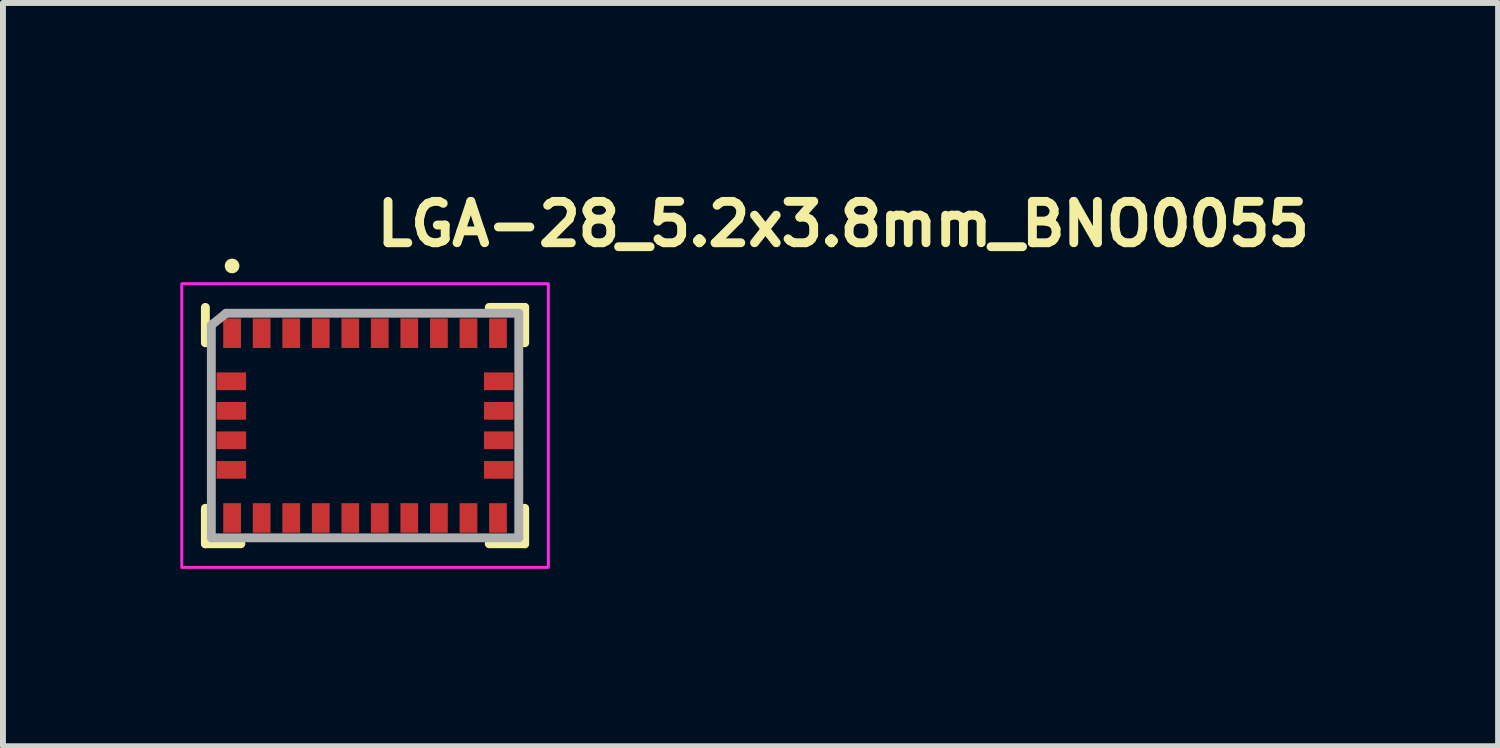
<source format=kicad_pcb>
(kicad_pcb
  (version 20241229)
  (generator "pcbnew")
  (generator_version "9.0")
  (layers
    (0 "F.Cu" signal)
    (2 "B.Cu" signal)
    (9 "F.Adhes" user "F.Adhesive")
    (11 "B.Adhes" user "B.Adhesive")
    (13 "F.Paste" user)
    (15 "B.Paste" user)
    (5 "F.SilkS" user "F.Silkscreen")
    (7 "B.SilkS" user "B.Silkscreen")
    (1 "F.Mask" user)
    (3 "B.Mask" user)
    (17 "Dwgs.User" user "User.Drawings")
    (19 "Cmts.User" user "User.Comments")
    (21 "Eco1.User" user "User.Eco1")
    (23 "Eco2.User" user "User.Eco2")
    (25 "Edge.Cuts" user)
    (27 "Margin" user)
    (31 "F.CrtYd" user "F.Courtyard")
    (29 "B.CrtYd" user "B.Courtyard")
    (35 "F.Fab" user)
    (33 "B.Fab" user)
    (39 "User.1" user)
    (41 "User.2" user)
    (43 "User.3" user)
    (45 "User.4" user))
  (footprint "LGA-28_5.2x3.8mm_BNO0055"
    (layer "F.Cu")
    (at 3.126 4.15)
    (property "Reference" "LGA-28_5.2x3.8mm_BNO0055" (at 0.123 -3 0) (layer "F.SilkS") (effects (font (size 0.7 0.7) (thickness 0.15)) (justify left bottom)))
    (attr smd)
    (fp_line (start -2.702 -2) (end -2.702 -1.401) (stroke (width 0.15) (type solid)) (layer "F.SilkS"))
    (fp_line (start -2.702 1.398) (end -2.702 1.999) (stroke (width 0.15) (type solid)) (layer "F.SilkS"))
    (fp_line (start -2.702 1.999) (end -2.101 1.999) (stroke (width 0.15) (type solid)) (layer "F.SilkS"))
    (fp_line (start 2.1 1.999) (end 2.7 1.999) (stroke (width 0.15) (type solid)) (layer "F.SilkS"))
    (fp_line (start 2.7 -2) (end 2.1 -2) (stroke (width 0.15) (type solid)) (layer "F.SilkS"))
    (fp_line (start 2.7 -1.401) (end 2.7 -2) (stroke (width 0.15) (type solid)) (layer "F.SilkS"))
    (fp_line (start 2.7 1.999) (end 2.7 1.398) (stroke (width 0.15) (type solid)) (layer "F.SilkS"))
    (fp_circle (center -2.25 -2.701) (end -2.201 -2.701) (stroke (width 0.15) (type solid)) (fill yes) (layer "F.SilkS"))
    (fp_rect (start -3.101 -2.401) (end 3.1 2.398) (stroke (width 0.05) (type solid)) (fill no) (layer "F.CrtYd"))
    (fp_line (start -2.601 -1.7) (end -2.601 1.898) (stroke (width 0.15) (type solid)) (layer "F.Fab"))
    (fp_line (start -2.601 -1.7) (end -2.35 -1.901) (stroke (width 0.15) (type solid)) (layer "F.Fab"))
    (fp_line (start -2.601 1.898) (end 2.6 1.898) (stroke (width 0.15) (type solid)) (layer "F.Fab"))
    (fp_line (start -2.35 -1.901) (end 2.6 -1.901) (stroke (width 0.15) (type solid)) (layer "F.Fab"))
    (fp_line (start 2.6 -1.901) (end 2.6 1.898) (stroke (width 0.15) (type solid)) (layer "F.Fab"))
    (fp_rect (start -2.601 -1.901) (end 2.6 1.898) (stroke (width 0.1) (type solid)) (fill no) (layer "User.5"))
    (fp_line (start -2.601 -1.811) (end -2.601 -1.807) (stroke (width 0.02) (type solid)) (layer "User.9"))
    (fp_line (start -2.601 -1.807) (end -2.601 -1.801) (stroke (width 0.02) (type solid)) (layer "User.9"))
    (fp_line (start -2.601 -1.801) (end -2.601 1.8) (stroke (width 0.02) (type solid)) (layer "User.9"))
    (fp_line (start -2.601 -1.801) (end -2.5 -1.801) (stroke (width 0.02) (type solid)) (layer "User.9"))
    (fp_line (start -2.601 1.8) (end -2.601 1.804) (stroke (width 0.02) (type solid)) (layer "User.9"))
    (fp_line (start -2.601 1.804) (end -2.601 1.81) (stroke (width 0.02) (type solid)) (layer "User.9"))
    (fp_line (start -2.601 1.81) (end -2.6 1.814) (stroke (width 0.02) (type solid)) (layer "User.9"))
    (fp_line (start -2.6 -1.817) (end -2.601 -1.811) (stroke (width 0.02) (type solid)) (layer "User.9"))
    (fp_line (start -2.6 1.814) (end -2.598 1.82) (stroke (width 0.02) (type solid)) (layer "User.9"))
    (fp_line (start -2.598 -1.821) (end -2.6 -1.817) (stroke (width 0.02) (type solid)) (layer "User.9"))
    (fp_line (start -2.598 1.82) (end -2.597 1.824) (stroke (width 0.02) (type solid)) (layer "User.9"))
    (fp_line (start -2.597 -1.831) (end -2.597 -1.825) (stroke (width 0.02) (type solid)) (layer "User.9"))
    (fp_line (start -2.597 -1.825) (end -2.598 -1.821) (stroke (width 0.02) (type solid)) (layer "User.9"))
    (fp_line (start -2.597 1.824) (end -2.597 1.828) (stroke (width 0.02) (type solid)) (layer "User.9"))
    (fp_line (start -2.597 1.828) (end -2.594 1.834) (stroke (width 0.02) (type solid)) (layer "User.9"))
    (fp_line (start -2.594 -1.835) (end -2.597 -1.831) (stroke (width 0.02) (type solid)) (layer "User.9"))
    (fp_line (start -2.594 1.834) (end -2.593 1.838) (stroke (width 0.02) (type solid)) (layer "User.9"))
    (fp_line (start -2.593 -1.839) (end -2.594 -1.835) (stroke (width 0.02) (type solid)) (layer "User.9"))
    (fp_line (start -2.593 1.838) (end -2.592 1.842) (stroke (width 0.02) (type solid)) (layer "User.9"))
    (fp_line (start -2.592 -1.845) (end -2.593 -1.839) (stroke (width 0.02) (type solid)) (layer "User.9"))
    (fp_line (start -2.592 1.842) (end -2.589 1.846) (stroke (width 0.02) (type solid)) (layer "User.9"))
    (fp_line (start -2.589 -1.849) (end -2.592 -1.845) (stroke (width 0.02) (type solid)) (layer "User.9"))
    (fp_line (start -2.589 1.846) (end -2.586 1.85) (stroke (width 0.02) (type solid)) (layer "User.9"))
    (fp_line (start -2.586 -1.853) (end -2.589 -1.849) (stroke (width 0.02) (type solid)) (layer "User.9"))
    (fp_line (start -2.586 1.85) (end -2.584 1.854) (stroke (width 0.02) (type solid)) (layer "User.9"))
    (fp_line (start -2.584 -1.857) (end -2.586 -1.853) (stroke (width 0.02) (type solid)) (layer "User.9"))
    (fp_line (start -2.584 1.854) (end -2.581 1.858) (stroke (width 0.02) (type solid)) (layer "User.9"))
    (fp_line (start -2.581 -1.861) (end -2.584 -1.857) (stroke (width 0.02) (type solid)) (layer "User.9"))
    (fp_line (start -2.581 1.858) (end -2.578 1.862) (stroke (width 0.02) (type solid)) (layer "User.9"))
    (fp_line (start -2.578 -1.865) (end -2.581 -1.861) (stroke (width 0.02) (type solid)) (layer "User.9"))
    (fp_line (start -2.578 1.862) (end -2.576 1.866) (stroke (width 0.02) (type solid)) (layer "User.9"))
    (fp_line (start -2.576 -1.869) (end -2.578 -1.865) (stroke (width 0.02) (type solid)) (layer "User.9"))
    (fp_line (start -2.576 1.866) (end -2.572 1.87) (stroke (width 0.02) (type solid)) (layer "User.9"))
    (fp_line (start -2.572 -1.871) (end -2.576 -1.869) (stroke (width 0.02) (type solid)) (layer "User.9"))
    (fp_line (start -2.572 1.87) (end -2.569 1.874) (stroke (width 0.02) (type solid)) (layer "User.9"))
    (fp_line (start -2.569 -1.875) (end -2.572 -1.871) (stroke (width 0.02) (type solid)) (layer "User.9"))
    (fp_line (start -2.569 1.874) (end -2.565 1.876) (stroke (width 0.02) (type solid)) (layer "User.9"))
    (fp_line (start -2.565 -1.879) (end -2.569 -1.875) (stroke (width 0.02) (type solid)) (layer "User.9"))
    (fp_line (start -2.565 1.876) (end -2.56 1.88) (stroke (width 0.02) (type solid)) (layer "User.9"))
    (fp_line (start -2.56 -1.881) (end -2.565 -1.879) (stroke (width 0.02) (type solid)) (layer "User.9"))
    (fp_line (start -2.56 1.88) (end -2.556 1.882) (stroke (width 0.02) (type solid)) (layer "User.9"))
    (fp_line (start -2.556 -1.883) (end -2.56 -1.881) (stroke (width 0.02) (type solid)) (layer "User.9"))
    (fp_line (start -2.556 1.882) (end -2.552 1.884) (stroke (width 0.02) (type solid)) (layer "User.9"))
    (fp_line (start -2.552 -1.887) (end -2.556 -1.883) (stroke (width 0.02) (type solid)) (layer "User.9"))
    (fp_line (start -2.552 1.884) (end -2.548 1.886) (stroke (width 0.02) (type solid)) (layer "User.9"))
    (fp_line (start -2.548 -1.889) (end -2.552 -1.887) (stroke (width 0.02) (type solid)) (layer "User.9"))
    (fp_line (start -2.548 1.886) (end -2.544 1.89) (stroke (width 0.02) (type solid)) (layer "User.9"))
    (fp_line (start -2.544 -1.891) (end -2.548 -1.889) (stroke (width 0.02) (type solid)) (layer "User.9"))
    (fp_line (start -2.544 1.89) (end -2.54 1.892) (stroke (width 0.02) (type solid)) (layer "User.9"))
    (fp_line (start -2.54 -1.893) (end -2.544 -1.891) (stroke (width 0.02) (type solid)) (layer "User.9"))
    (fp_line (start -2.54 1.892) (end -2.536 1.892) (stroke (width 0.02) (type solid)) (layer "User.9"))
    (fp_line (start -2.536 -1.895) (end -2.54 -1.893) (stroke (width 0.02) (type solid)) (layer "User.9"))
    (fp_line (start -2.536 1.892) (end -2.531 1.894) (stroke (width 0.02) (type solid)) (layer "User.9"))
    (fp_line (start -2.531 -1.897) (end -2.536 -1.895) (stroke (width 0.02) (type solid)) (layer "User.9"))
    (fp_line (start -2.531 1.894) (end -2.525 1.896) (stroke (width 0.02) (type solid)) (layer "User.9"))
    (fp_line (start -2.525 -1.897) (end -2.531 -1.897) (stroke (width 0.02) (type solid)) (layer "User.9"))
    (fp_line (start -2.525 1.896) (end -2.521 1.896) (stroke (width 0.02) (type solid)) (layer "User.9"))
    (fp_line (start -2.521 -1.899) (end -2.525 -1.897) (stroke (width 0.02) (type solid)) (layer "User.9"))
    (fp_line (start -2.521 1.896) (end -2.516 1.898) (stroke (width 0.02) (type solid)) (layer "User.9"))
    (fp_line (start -2.516 -1.899) (end -2.521 -1.899) (stroke (width 0.02) (type solid)) (layer "User.9"))
    (fp_line (start -2.516 1.898) (end -2.512 1.898) (stroke (width 0.02) (type solid)) (layer "User.9"))
    (fp_line (start -2.512 -1.901) (end -2.516 -1.899) (stroke (width 0.02) (type solid)) (layer "User.9"))
    (fp_line (start -2.512 1.898) (end -2.507 1.898) (stroke (width 0.02) (type solid)) (layer "User.9"))
    (fp_line (start -2.507 -1.901) (end -2.512 -1.901) (stroke (width 0.02) (type solid)) (layer "User.9"))
    (fp_line (start -2.507 1.898) (end -2.5 1.898) (stroke (width 0.02) (type solid)) (layer "User.9"))
    (fp_line (start -2.5 -1.901) (end -2.507 -1.901) (stroke (width 0.02) (type solid)) (layer "User.9"))
    (fp_line (start -2.5 -1.801) (end -2.5 -1.901) (stroke (width 0.02) (type solid)) (layer "User.9"))
    (fp_line (start -2.5 1.8) (end -2.601 1.8) (stroke (width 0.02) (type solid)) (layer "User.9"))
    (fp_line (start -2.5 1.898) (end -2.5 1.8) (stroke (width 0.02) (type solid)) (layer "User.9"))
    (fp_line (start -2.5 1.898) (end 2.499 1.898) (stroke (width 0.02) (type solid)) (layer "User.9"))
    (fp_line (start -2.4 -1.347) (end -2.4 -1.339) (stroke (width 0.02) (type solid)) (layer "User.9"))
    (fp_line (start -2.4 -1.339) (end -2.4 -1.331) (stroke (width 0.02) (type solid)) (layer "User.9"))
    (fp_line (start -2.4 -1.331) (end -2.4 -1.331) (stroke (width 0.02) (type solid)) (layer "User.9"))
    (fp_line (start -2.4 -1.331) (end -2.4 -1.323) (stroke (width 0.02) (type solid)) (layer "User.9"))
    (fp_line (start -2.4 -1.323) (end -2.4 -1.315) (stroke (width 0.02) (type solid)) (layer "User.9"))
    (fp_line (start -2.4 -1.315) (end -2.399 -1.309) (stroke (width 0.02) (type solid)) (layer "User.9"))
    (fp_line (start -2.399 -1.353) (end -2.4 -1.347) (stroke (width 0.02) (type solid)) (layer "User.9"))
    (fp_line (start -2.399 -1.309) (end -2.398 -1.301) (stroke (width 0.02) (type solid)) (layer "User.9"))
    (fp_line (start -2.398 -1.361) (end -2.399 -1.353) (stroke (width 0.02) (type solid)) (layer "User.9"))
    (fp_line (start -2.398 -1.301) (end -2.396 -1.293) (stroke (width 0.02) (type solid)) (layer "User.9"))
    (fp_line (start -2.396 -1.369) (end -2.398 -1.361) (stroke (width 0.02) (type solid)) (layer "User.9"))
    (fp_line (start -2.396 -1.293) (end -2.395 -1.287) (stroke (width 0.02) (type solid)) (layer "User.9"))
    (fp_line (start -2.395 -1.375) (end -2.396 -1.369) (stroke (width 0.02) (type solid)) (layer "User.9"))
    (fp_line (start -2.395 -1.287) (end -2.391 -1.28) (stroke (width 0.02) (type solid)) (layer "User.9"))
    (fp_line (start -2.391 -1.383) (end -2.395 -1.375) (stroke (width 0.02) (type solid)) (layer "User.9"))
    (fp_line (start -2.391 -1.28) (end -2.39 -1.272) (stroke (width 0.02) (type solid)) (layer "User.9"))
    (fp_line (start -2.39 -1.389) (end -2.391 -1.383) (stroke (width 0.02) (type solid)) (layer "User.9"))
    (fp_line (start -2.39 -1.272) (end -2.387 -1.266) (stroke (width 0.02) (type solid)) (layer "User.9"))
    (fp_line (start -2.387 -1.397) (end -2.39 -1.389) (stroke (width 0.02) (type solid)) (layer "User.9"))
    (fp_line (start -2.387 -1.266) (end -2.383 -1.26) (stroke (width 0.02) (type solid)) (layer "User.9"))
    (fp_line (start -2.383 -1.403) (end -2.387 -1.397) (stroke (width 0.02) (type solid)) (layer "User.9"))
    (fp_line (start -2.383 -1.26) (end -2.379 -1.254) (stroke (width 0.02) (type solid)) (layer "User.9"))
    (fp_line (start -2.379 -1.408) (end -2.383 -1.403) (stroke (width 0.02) (type solid)) (layer "User.9"))
    (fp_line (start -2.379 -1.254) (end -2.375 -1.248) (stroke (width 0.02) (type solid)) (layer "User.9"))
    (fp_line (start -2.375 -1.414) (end -2.379 -1.408) (stroke (width 0.02) (type solid)) (layer "User.9"))
    (fp_line (start -2.375 -1.248) (end -2.371 -1.242) (stroke (width 0.02) (type solid)) (layer "User.9"))
    (fp_line (start -2.371 -1.42) (end -2.375 -1.414) (stroke (width 0.02) (type solid)) (layer "User.9"))
    (fp_line (start -2.371 -1.242) (end -2.367 -1.236) (stroke (width 0.02) (type solid)) (layer "User.9"))
    (fp_line (start -2.367 -1.426) (end -2.371 -1.42) (stroke (width 0.02) (type solid)) (layer "User.9"))
    (fp_line (start -2.367 -1.236) (end -2.363 -1.23) (stroke (width 0.02) (type solid)) (layer "User.9"))
    (fp_line (start -2.363 -1.432) (end -2.367 -1.426) (stroke (width 0.02) (type solid)) (layer "User.9"))
    (fp_line (start -2.363 -1.23) (end -2.358 -1.224) (stroke (width 0.02) (type solid)) (layer "User.9"))
    (fp_line (start -2.358 -1.438) (end -2.363 -1.432) (stroke (width 0.02) (type solid)) (layer "User.9"))
    (fp_line (start -2.358 -1.224) (end -2.351 -1.22) (stroke (width 0.02) (type solid)) (layer "User.9"))
    (fp_line (start -2.351 -1.442) (end -2.358 -1.438) (stroke (width 0.02) (type solid)) (layer "User.9"))
    (fp_line (start -2.351 -1.22) (end -2.347 -1.216) (stroke (width 0.02) (type solid)) (layer "User.9"))
    (fp_line (start -2.347 -1.446) (end -2.351 -1.442) (stroke (width 0.02) (type solid)) (layer "User.9"))
    (fp_line (start -2.347 -1.216) (end -2.34 -1.21) (stroke (width 0.02) (type solid)) (layer "User.9"))
    (fp_line (start -2.34 -1.452) (end -2.347 -1.446) (stroke (width 0.02) (type solid)) (layer "User.9"))
    (fp_line (start -2.34 -1.21) (end -2.335 -1.206) (stroke (width 0.02) (type solid)) (layer "User.9"))
    (fp_line (start -2.335 -1.456) (end -2.34 -1.452) (stroke (width 0.02) (type solid)) (layer "User.9"))
    (fp_line (start -2.335 -1.206) (end -2.328 -1.202) (stroke (width 0.02) (type solid)) (layer "User.9"))
    (fp_line (start -2.328 -1.46) (end -2.335 -1.456) (stroke (width 0.02) (type solid)) (layer "User.9"))
    (fp_line (start -2.328 -1.202) (end -2.323 -1.2) (stroke (width 0.02) (type solid)) (layer "User.9"))
    (fp_line (start -2.323 -1.462) (end -2.328 -1.46) (stroke (width 0.02) (type solid)) (layer "User.9"))
    (fp_line (start -2.323 -1.2) (end -2.316 -1.196) (stroke (width 0.02) (type solid)) (layer "User.9"))
    (fp_line (start -2.316 -1.466) (end -2.323 -1.462) (stroke (width 0.02) (type solid)) (layer "User.9"))
    (fp_line (start -2.316 -1.196) (end -2.31 -1.192) (stroke (width 0.02) (type solid)) (layer "User.9"))
    (fp_line (start -2.31 -1.47) (end -2.316 -1.466) (stroke (width 0.02) (type solid)) (layer "User.9"))
    (fp_line (start -2.31 -1.192) (end -2.302 -1.19) (stroke (width 0.02) (type solid)) (layer "User.9"))
    (fp_line (start -2.302 -1.472) (end -2.31 -1.47) (stroke (width 0.02) (type solid)) (layer "User.9"))
    (fp_line (start -2.302 -1.19) (end -2.295 -1.188) (stroke (width 0.02) (type solid)) (layer "User.9"))
    (fp_line (start -2.295 -1.474) (end -2.302 -1.472) (stroke (width 0.02) (type solid)) (layer "User.9"))
    (fp_line (start -2.295 -1.188) (end -2.289 -1.186) (stroke (width 0.02) (type solid)) (layer "User.9"))
    (fp_line (start -2.289 -1.476) (end -2.295 -1.474) (stroke (width 0.02) (type solid)) (layer "User.9"))
    (fp_line (start -2.289 -1.186) (end -2.282 -1.184) (stroke (width 0.02) (type solid)) (layer "User.9"))
    (fp_line (start -2.282 -1.478) (end -2.289 -1.476) (stroke (width 0.02) (type solid)) (layer "User.9"))
    (fp_line (start -2.282 -1.184) (end -2.274 -1.182) (stroke (width 0.02) (type solid)) (layer "User.9"))
    (fp_line (start -2.274 -1.48) (end -2.282 -1.478) (stroke (width 0.02) (type solid)) (layer "User.9"))
    (fp_line (start -2.274 -1.182) (end -2.266 -1.182) (stroke (width 0.02) (type solid)) (layer "User.9"))
    (fp_line (start -2.266 -1.48) (end -2.274 -1.48) (stroke (width 0.02) (type solid)) (layer "User.9"))
    (fp_line (start -2.266 -1.182) (end -2.258 -1.182) (stroke (width 0.02) (type solid)) (layer "User.9"))
    (fp_line (start -2.258 -1.48) (end -2.266 -1.48) (stroke (width 0.02) (type solid)) (layer "User.9"))
    (fp_line (start -2.258 -1.182) (end -2.25 -1.18) (stroke (width 0.02) (type solid)) (layer "User.9"))
    (fp_line (start -2.25 -1.48) (end -2.258 -1.48) (stroke (width 0.02) (type solid)) (layer "User.9"))
    (fp_line (start -2.25 -1.48) (end -2.25 -1.48) (stroke (width 0.02) (type solid)) (layer "User.9"))
    (fp_line (start -2.25 -1.18) (end -2.25 -1.18) (stroke (width 0.02) (type solid)) (layer "User.9"))
    (fp_line (start -2.25 -1.18) (end -2.243 -1.182) (stroke (width 0.02) (type solid)) (layer "User.9"))
    (fp_line (start -2.243 -1.48) (end -2.25 -1.48) (stroke (width 0.02) (type solid)) (layer "User.9"))
    (fp_line (start -2.243 -1.182) (end -2.235 -1.182) (stroke (width 0.02) (type solid)) (layer "User.9"))
    (fp_line (start -2.235 -1.48) (end -2.243 -1.48) (stroke (width 0.02) (type solid)) (layer "User.9"))
    (fp_line (start -2.235 -1.182) (end -2.229 -1.182) (stroke (width 0.02) (type solid)) (layer "User.9"))
    (fp_line (start -2.229 -1.48) (end -2.235 -1.48) (stroke (width 0.02) (type solid)) (layer "User.9"))
    (fp_line (start -2.229 -1.182) (end -2.221 -1.184) (stroke (width 0.02) (type solid)) (layer "User.9"))
    (fp_line (start -2.221 -1.478) (end -2.229 -1.48) (stroke (width 0.02) (type solid)) (layer "User.9"))
    (fp_line (start -2.221 -1.184) (end -2.214 -1.186) (stroke (width 0.02) (type solid)) (layer "User.9"))
    (fp_line (start -2.214 -1.476) (end -2.221 -1.478) (stroke (width 0.02) (type solid)) (layer "User.9"))
    (fp_line (start -2.214 -1.186) (end -2.206 -1.188) (stroke (width 0.02) (type solid)) (layer "User.9"))
    (fp_line (start -2.206 -1.474) (end -2.214 -1.476) (stroke (width 0.02) (type solid)) (layer "User.9"))
    (fp_line (start -2.206 -1.188) (end -2.199 -1.19) (stroke (width 0.02) (type solid)) (layer "User.9"))
    (fp_line (start -2.199 -1.472) (end -2.206 -1.474) (stroke (width 0.02) (type solid)) (layer "User.9"))
    (fp_line (start -2.199 -1.19) (end -2.193 -1.192) (stroke (width 0.02) (type solid)) (layer "User.9"))
    (fp_line (start -2.193 -1.47) (end -2.199 -1.472) (stroke (width 0.02) (type solid)) (layer "User.9"))
    (fp_line (start -2.193 -1.192) (end -2.186 -1.196) (stroke (width 0.02) (type solid)) (layer "User.9"))
    (fp_line (start -2.186 -1.466) (end -2.193 -1.47) (stroke (width 0.02) (type solid)) (layer "User.9"))
    (fp_line (start -2.186 -1.196) (end -2.179 -1.2) (stroke (width 0.02) (type solid)) (layer "User.9"))
    (fp_line (start -2.179 -1.462) (end -2.186 -1.466) (stroke (width 0.02) (type solid)) (layer "User.9"))
    (fp_line (start -2.179 -1.2) (end -2.173 -1.202) (stroke (width 0.02) (type solid)) (layer "User.9"))
    (fp_line (start -2.173 -1.46) (end -2.179 -1.462) (stroke (width 0.02) (type solid)) (layer "User.9"))
    (fp_line (start -2.173 -1.202) (end -2.168 -1.206) (stroke (width 0.02) (type solid)) (layer "User.9"))
    (fp_line (start -2.168 -1.456) (end -2.173 -1.46) (stroke (width 0.02) (type solid)) (layer "User.9"))
    (fp_line (start -2.168 -1.206) (end -2.161 -1.21) (stroke (width 0.02) (type solid)) (layer "User.9"))
    (fp_line (start -2.161 -1.452) (end -2.168 -1.456) (stroke (width 0.02) (type solid)) (layer "User.9"))
    (fp_line (start -2.161 -1.21) (end -2.156 -1.216) (stroke (width 0.02) (type solid)) (layer "User.9"))
    (fp_line (start -2.156 -1.446) (end -2.161 -1.452) (stroke (width 0.02) (type solid)) (layer "User.9"))
    (fp_line (start -2.156 -1.216) (end -2.15 -1.22) (stroke (width 0.02) (type solid)) (layer "User.9"))
    (fp_line (start -2.15 -1.442) (end -2.156 -1.446) (stroke (width 0.02) (type solid)) (layer "User.9"))
    (fp_line (start -2.15 -1.22) (end -2.145 -1.224) (stroke (width 0.02) (type solid)) (layer "User.9"))
    (fp_line (start -2.145 -1.438) (end -2.15 -1.442) (stroke (width 0.02) (type solid)) (layer "User.9"))
    (fp_line (start -2.145 -1.224) (end -2.14 -1.23) (stroke (width 0.02) (type solid)) (layer "User.9"))
    (fp_line (start -2.14 -1.432) (end -2.145 -1.438) (stroke (width 0.02) (type solid)) (layer "User.9"))
    (fp_line (start -2.14 -1.23) (end -2.136 -1.236) (stroke (width 0.02) (type solid)) (layer "User.9"))
    (fp_line (start -2.136 -1.426) (end -2.14 -1.432) (stroke (width 0.02) (type solid)) (layer "User.9"))
    (fp_line (start -2.136 -1.236) (end -2.13 -1.242) (stroke (width 0.02) (type solid)) (layer "User.9"))
    (fp_line (start -2.13 -1.42) (end -2.136 -1.426) (stroke (width 0.02) (type solid)) (layer "User.9"))
    (fp_line (start -2.13 -1.242) (end -2.126 -1.248) (stroke (width 0.02) (type solid)) (layer "User.9"))
    (fp_line (start -2.126 -1.414) (end -2.13 -1.42) (stroke (width 0.02) (type solid)) (layer "User.9"))
    (fp_line (start -2.126 -1.248) (end -2.122 -1.254) (stroke (width 0.02) (type solid)) (layer "User.9"))
    (fp_line (start -2.122 -1.408) (end -2.126 -1.414) (stroke (width 0.02) (type solid)) (layer "User.9"))
    (fp_line (start -2.122 -1.254) (end -2.12 -1.26) (stroke (width 0.02) (type solid)) (layer "User.9"))
    (fp_line (start -2.12 -1.403) (end -2.122 -1.408) (stroke (width 0.02) (type solid)) (layer "User.9"))
    (fp_line (start -2.12 -1.26) (end -2.116 -1.266) (stroke (width 0.02) (type solid)) (layer "User.9"))
    (fp_line (start -2.116 -1.397) (end -2.12 -1.403) (stroke (width 0.02) (type solid)) (layer "User.9"))
    (fp_line (start -2.116 -1.266) (end -2.113 -1.272) (stroke (width 0.02) (type solid)) (layer "User.9"))
    (fp_line (start -2.113 -1.389) (end -2.116 -1.397) (stroke (width 0.02) (type solid)) (layer "User.9"))
    (fp_line (start -2.113 -1.272) (end -2.11 -1.28) (stroke (width 0.02) (type solid)) (layer "User.9"))
    (fp_line (start -2.11 -1.383) (end -2.113 -1.389) (stroke (width 0.02) (type solid)) (layer "User.9"))
    (fp_line (start -2.11 -1.28) (end -2.108 -1.287) (stroke (width 0.02) (type solid)) (layer "User.9"))
    (fp_line (start -2.108 -1.375) (end -2.11 -1.383) (stroke (width 0.02) (type solid)) (layer "User.9"))
    (fp_line (start -2.108 -1.287) (end -2.105 -1.293) (stroke (width 0.02) (type solid)) (layer "User.9"))
    (fp_line (start -2.105 -1.369) (end -2.108 -1.375) (stroke (width 0.02) (type solid)) (layer "User.9"))
    (fp_line (start -2.105 -1.361) (end -2.105 -1.369) (stroke (width 0.02) (type solid)) (layer "User.9"))
    (fp_line (start -2.105 -1.301) (end -2.102 -1.309) (stroke (width 0.02) (type solid)) (layer "User.9"))
    (fp_line (start -2.105 -1.293) (end -2.105 -1.301) (stroke (width 0.02) (type solid)) (layer "User.9"))
    (fp_line (start -2.102 -1.353) (end -2.105 -1.361) (stroke (width 0.02) (type solid)) (layer "User.9"))
    (fp_line (start -2.102 -1.309) (end -2.101 -1.315) (stroke (width 0.02) (type solid)) (layer "User.9"))
    (fp_line (start -2.101 -1.347) (end -2.102 -1.353) (stroke (width 0.02) (type solid)) (layer "User.9"))
    (fp_line (start -2.101 -1.339) (end -2.101 -1.347) (stroke (width 0.02) (type solid)) (layer "User.9"))
    (fp_line (start -2.101 -1.331) (end -2.101 -1.339) (stroke (width 0.02) (type solid)) (layer "User.9"))
    (fp_line (start -2.101 -1.331) (end -2.101 -1.331) (stroke (width 0.02) (type solid)) (layer "User.9"))
    (fp_line (start -2.101 -1.331) (end -2.101 -1.331) (stroke (width 0.02) (type solid)) (layer "User.9"))
    (fp_line (start -2.101 -1.323) (end -2.101 -1.331) (stroke (width 0.02) (type solid)) (layer "User.9"))
    (fp_line (start -2.101 -1.315) (end -2.101 -1.323) (stroke (width 0.02) (type solid)) (layer "User.9"))
    (fp_line (start 2.499 -1.901) (end -2.5 -1.901) (stroke (width 0.02) (type solid)) (layer "User.9"))
    (fp_line (start 2.499 -1.901) (end 2.499 -1.801) (stroke (width 0.02) (type solid)) (layer "User.9"))
    (fp_line (start 2.499 -1.801) (end 2.6 -1.801) (stroke (width 0.02) (type solid)) (layer "User.9"))
    (fp_line (start 2.499 1.8) (end 2.499 1.898) (stroke (width 0.02) (type solid)) (layer "User.9"))
    (fp_line (start 2.499 1.898) (end 2.504 1.898) (stroke (width 0.02) (type solid)) (layer "User.9"))
    (fp_line (start 2.504 -1.901) (end 2.499 -1.901) (stroke (width 0.02) (type solid)) (layer "User.9"))
    (fp_line (start 2.504 1.898) (end 2.51 1.898) (stroke (width 0.02) (type solid)) (layer "User.9"))
    (fp_line (start 2.51 -1.901) (end 2.504 -1.901) (stroke (width 0.02) (type solid)) (layer "User.9"))
    (fp_line (start 2.51 1.898) (end 2.515 1.898) (stroke (width 0.02) (type solid)) (layer "User.9"))
    (fp_line (start 2.515 -1.899) (end 2.51 -1.901) (stroke (width 0.02) (type solid)) (layer "User.9"))
    (fp_line (start 2.515 1.898) (end 2.519 1.896) (stroke (width 0.02) (type solid)) (layer "User.9"))
    (fp_line (start 2.519 -1.899) (end 2.515 -1.899) (stroke (width 0.02) (type solid)) (layer "User.9"))
    (fp_line (start 2.519 1.896) (end 2.523 1.896) (stroke (width 0.02) (type solid)) (layer "User.9"))
    (fp_line (start 2.523 -1.897) (end 2.519 -1.899) (stroke (width 0.02) (type solid)) (layer "User.9"))
    (fp_line (start 2.523 1.896) (end 2.528 1.894) (stroke (width 0.02) (type solid)) (layer "User.9"))
    (fp_line (start 2.528 -1.897) (end 2.523 -1.897) (stroke (width 0.02) (type solid)) (layer "User.9"))
    (fp_line (start 2.528 1.894) (end 2.534 1.892) (stroke (width 0.02) (type solid)) (layer "User.9"))
    (fp_line (start 2.534 -1.895) (end 2.528 -1.897) (stroke (width 0.02) (type solid)) (layer "User.9"))
    (fp_line (start 2.534 1.892) (end 2.538 1.892) (stroke (width 0.02) (type solid)) (layer "User.9"))
    (fp_line (start 2.538 -1.893) (end 2.534 -1.895) (stroke (width 0.02) (type solid)) (layer "User.9"))
    (fp_line (start 2.538 1.892) (end 2.543 1.89) (stroke (width 0.02) (type solid)) (layer "User.9"))
    (fp_line (start 2.543 -1.891) (end 2.538 -1.893) (stroke (width 0.02) (type solid)) (layer "User.9"))
    (fp_line (start 2.543 1.89) (end 2.547 1.886) (stroke (width 0.02) (type solid)) (layer "User.9"))
    (fp_line (start 2.547 -1.889) (end 2.543 -1.891) (stroke (width 0.02) (type solid)) (layer "User.9"))
    (fp_line (start 2.547 1.886) (end 2.551 1.884) (stroke (width 0.02) (type solid)) (layer "User.9"))
    (fp_line (start 2.551 -1.887) (end 2.547 -1.889) (stroke (width 0.02) (type solid)) (layer "User.9"))
    (fp_line (start 2.551 1.884) (end 2.555 1.882) (stroke (width 0.02) (type solid)) (layer "User.9"))
    (fp_line (start 2.555 -1.883) (end 2.551 -1.887) (stroke (width 0.02) (type solid)) (layer "User.9"))
    (fp_line (start 2.555 1.882) (end 2.559 1.88) (stroke (width 0.02) (type solid)) (layer "User.9"))
    (fp_line (start 2.559 -1.881) (end 2.555 -1.883) (stroke (width 0.02) (type solid)) (layer "User.9"))
    (fp_line (start 2.559 1.88) (end 2.563 1.876) (stroke (width 0.02) (type solid)) (layer "User.9"))
    (fp_line (start 2.563 -1.879) (end 2.559 -1.881) (stroke (width 0.02) (type solid)) (layer "User.9"))
    (fp_line (start 2.563 1.876) (end 2.567 1.874) (stroke (width 0.02) (type solid)) (layer "User.9"))
    (fp_line (start 2.567 -1.875) (end 2.563 -1.879) (stroke (width 0.02) (type solid)) (layer "User.9"))
    (fp_line (start 2.567 1.874) (end 2.569 1.87) (stroke (width 0.02) (type solid)) (layer "User.9"))
    (fp_line (start 2.569 -1.871) (end 2.567 -1.875) (stroke (width 0.02) (type solid)) (layer "User.9"))
    (fp_line (start 2.569 1.87) (end 2.573 1.866) (stroke (width 0.02) (type solid)) (layer "User.9"))
    (fp_line (start 2.573 -1.869) (end 2.569 -1.871) (stroke (width 0.02) (type solid)) (layer "User.9"))
    (fp_line (start 2.573 1.866) (end 2.576 1.862) (stroke (width 0.02) (type solid)) (layer "User.9"))
    (fp_line (start 2.576 -1.865) (end 2.573 -1.869) (stroke (width 0.02) (type solid)) (layer "User.9"))
    (fp_line (start 2.576 1.862) (end 2.58 1.858) (stroke (width 0.02) (type solid)) (layer "User.9"))
    (fp_line (start 2.58 -1.861) (end 2.576 -1.865) (stroke (width 0.02) (type solid)) (layer "User.9"))
    (fp_line (start 2.58 1.858) (end 2.581 1.854) (stroke (width 0.02) (type solid)) (layer "User.9"))
    (fp_line (start 2.581 -1.857) (end 2.58 -1.861) (stroke (width 0.02) (type solid)) (layer "User.9"))
    (fp_line (start 2.581 1.854) (end 2.584 1.85) (stroke (width 0.02) (type solid)) (layer "User.9"))
    (fp_line (start 2.584 -1.853) (end 2.581 -1.857) (stroke (width 0.02) (type solid)) (layer "User.9"))
    (fp_line (start 2.584 1.85) (end 2.587 1.846) (stroke (width 0.02) (type solid)) (layer "User.9"))
    (fp_line (start 2.587 -1.849) (end 2.584 -1.853) (stroke (width 0.02) (type solid)) (layer "User.9"))
    (fp_line (start 2.587 1.846) (end 2.589 1.842) (stroke (width 0.02) (type solid)) (layer "User.9"))
    (fp_line (start 2.589 -1.845) (end 2.587 -1.849) (stroke (width 0.02) (type solid)) (layer "User.9"))
    (fp_line (start 2.589 1.842) (end 2.592 1.838) (stroke (width 0.02) (type solid)) (layer "User.9"))
    (fp_line (start 2.592 -1.839) (end 2.589 -1.845) (stroke (width 0.02) (type solid)) (layer "User.9"))
    (fp_line (start 2.592 -1.835) (end 2.592 -1.839) (stroke (width 0.02) (type solid)) (layer "User.9"))
    (fp_line (start 2.592 1.834) (end 2.595 1.828) (stroke (width 0.02) (type solid)) (layer "User.9"))
    (fp_line (start 2.592 1.838) (end 2.592 1.834) (stroke (width 0.02) (type solid)) (layer "User.9"))
    (fp_line (start 2.595 -1.831) (end 2.592 -1.835) (stroke (width 0.02) (type solid)) (layer "User.9"))
    (fp_line (start 2.595 1.828) (end 2.596 1.824) (stroke (width 0.02) (type solid)) (layer "User.9"))
    (fp_line (start 2.596 -1.825) (end 2.595 -1.831) (stroke (width 0.02) (type solid)) (layer "User.9"))
    (fp_line (start 2.596 -1.821) (end 2.596 -1.825) (stroke (width 0.02) (type solid)) (layer "User.9"))
    (fp_line (start 2.596 1.82) (end 2.597 1.814) (stroke (width 0.02) (type solid)) (layer "User.9"))
    (fp_line (start 2.596 1.824) (end 2.596 1.82) (stroke (width 0.02) (type solid)) (layer "User.9"))
    (fp_line (start 2.597 -1.817) (end 2.596 -1.821) (stroke (width 0.02) (type solid)) (layer "User.9"))
    (fp_line (start 2.597 1.814) (end 2.599 1.81) (stroke (width 0.02) (type solid)) (layer "User.9"))
    (fp_line (start 2.599 -1.811) (end 2.597 -1.817) (stroke (width 0.02) (type solid)) (layer "User.9"))
    (fp_line (start 2.599 -1.807) (end 2.599 -1.811) (stroke (width 0.02) (type solid)) (layer "User.9"))
    (fp_line (start 2.599 1.804) (end 2.6 1.8) (stroke (width 0.02) (type solid)) (layer "User.9"))
    (fp_line (start 2.599 1.81) (end 2.599 1.804) (stroke (width 0.02) (type solid)) (layer "User.9"))
    (fp_line (start 2.6 -1.801) (end 2.599 -1.807) (stroke (width 0.02) (type solid)) (layer "User.9"))
    (fp_line (start 2.6 1.8) (end 2.499 1.8) (stroke (width 0.02) (type solid)) (layer "User.9"))
    (fp_line (start 2.6 1.8) (end 2.6 -1.801) (stroke (width 0.02) (type solid)) (layer "User.9"))
    (pad "1" smd rect (at -2.25 -1.563) (size 0.3 0.5) (layers "F.Cu" "F.Mask" "F.Paste"))
    (pad "2" smd rect (at -2.263 -0.75 90) (size 0.3 0.5) (layers "F.Cu" "F.Mask" "F.Paste"))
    (pad "3" smd rect (at -2.263 -0.25 90) (size 0.3 0.5) (layers "F.Cu" "F.Mask" "F.Paste"))
    (pad "4" smd rect (at -2.263 0.248 90) (size 0.3 0.5) (layers "F.Cu" "F.Mask" "F.Paste"))
    (pad "5" smd rect (at -2.263 0.748 90) (size 0.3 0.5) (layers "F.Cu" "F.Mask" "F.Paste"))
    (pad "6" smd rect (at -2.25 1.562) (size 0.3 0.5) (layers "F.Cu" "F.Mask" "F.Paste"))
    (pad "7" smd rect (at -1.75 1.562) (size 0.3 0.5) (layers "F.Cu" "F.Mask" "F.Paste"))
    (pad "8" smd rect (at -1.25 1.562) (size 0.3 0.5) (layers "F.Cu" "F.Mask" "F.Paste"))
    (pad "9" smd rect (at -0.75 1.562) (size 0.3 0.5) (layers "F.Cu" "F.Mask" "F.Paste"))
    (pad "10" smd rect (at -0.25 1.562) (size 0.3 0.5) (layers "F.Cu" "F.Mask" "F.Paste"))
    (pad "11" smd rect (at 0.248 1.562) (size 0.3 0.5) (layers "F.Cu" "F.Mask" "F.Paste"))
    (pad "12" smd rect (at 0.748 1.562) (size 0.3 0.5) (layers "F.Cu" "F.Mask" "F.Paste"))
    (pad "13" smd rect (at 1.249 1.562) (size 0.3 0.5) (layers "F.Cu" "F.Mask" "F.Paste"))
    (pad "14" smd rect (at 1.749 1.562) (size 0.3 0.5) (layers "F.Cu" "F.Mask" "F.Paste"))
    (pad "15" smd rect (at 2.249 1.562) (size 0.3 0.5) (layers "F.Cu" "F.Mask" "F.Paste"))
    (pad "16" smd rect (at 2.261 0.748 90) (size 0.3 0.5) (layers "F.Cu" "F.Mask" "F.Paste"))
    (pad "17" smd rect (at 2.261 0.248 90) (size 0.3 0.5) (layers "F.Cu" "F.Mask" "F.Paste"))
    (pad "18" smd rect (at 2.261 -0.25 90) (size 0.3 0.5) (layers "F.Cu" "F.Mask" "F.Paste"))
    (pad "19" smd rect (at 2.261 -0.75 90) (size 0.3 0.5) (layers "F.Cu" "F.Mask" "F.Paste"))
    (pad "20" smd rect (at 2.249 -1.563) (size 0.3 0.5) (layers "F.Cu" "F.Mask" "F.Paste"))
    (pad "21" smd rect (at 1.749 -1.563) (size 0.3 0.5) (layers "F.Cu" "F.Mask" "F.Paste"))
    (pad "22" smd rect (at 1.249 -1.563) (size 0.3 0.5) (layers "F.Cu" "F.Mask" "F.Paste"))
    (pad "23" smd rect (at 0.748 -1.563) (size 0.3 0.5) (layers "F.Cu" "F.Mask" "F.Paste"))
    (pad "24" smd rect (at 0.248 -1.563) (size 0.3 0.5) (layers "F.Cu" "F.Mask" "F.Paste"))
    (pad "25" smd rect (at -0.25 -1.563) (size 0.3 0.5) (layers "F.Cu" "F.Mask" "F.Paste"))
    (pad "26" smd rect (at -0.75 -1.563) (size 0.3 0.5) (layers "F.Cu" "F.Mask" "F.Paste"))
    (pad "27" smd rect (at -1.25 -1.563) (size 0.3 0.5) (layers "F.Cu" "F.Mask" "F.Paste"))
    (pad "28" smd rect (at -1.75 -1.563) (size 0.3 0.5) (layers "F.Cu" "F.Mask" "F.Paste")))
  (gr_rect
    (start -3 -3)
    (end 22.292 9.573)
    (stroke (width 0.1) (type default))
    (fill no)
    (layer "Edge.Cuts")))
</source>
